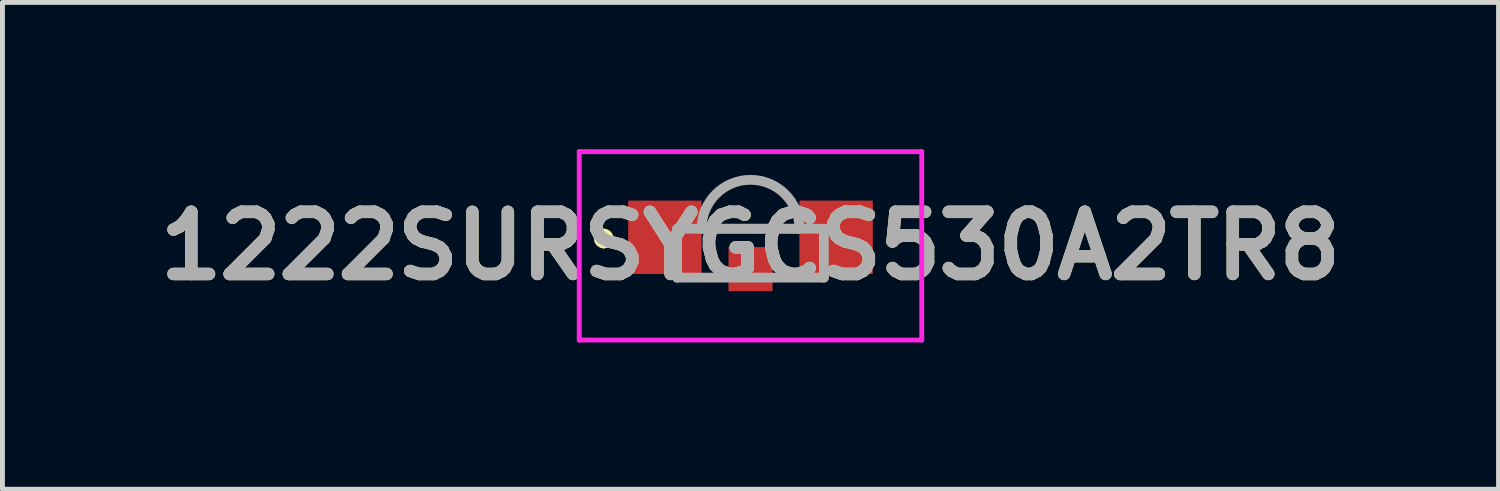
<source format=kicad_pcb>
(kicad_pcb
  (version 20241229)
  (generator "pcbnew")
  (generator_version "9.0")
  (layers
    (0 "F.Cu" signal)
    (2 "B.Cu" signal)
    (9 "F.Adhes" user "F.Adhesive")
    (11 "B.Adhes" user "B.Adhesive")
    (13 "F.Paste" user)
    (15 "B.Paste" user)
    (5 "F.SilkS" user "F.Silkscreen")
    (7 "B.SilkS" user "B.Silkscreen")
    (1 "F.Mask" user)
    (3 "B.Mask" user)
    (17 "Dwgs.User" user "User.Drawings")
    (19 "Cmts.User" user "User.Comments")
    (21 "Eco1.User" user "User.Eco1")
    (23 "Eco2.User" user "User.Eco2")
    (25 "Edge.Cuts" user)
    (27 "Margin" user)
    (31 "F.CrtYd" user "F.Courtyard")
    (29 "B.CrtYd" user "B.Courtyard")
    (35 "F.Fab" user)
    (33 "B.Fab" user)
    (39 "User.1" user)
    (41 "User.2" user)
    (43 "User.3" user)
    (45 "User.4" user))
  (footprint "1222SURSYGCS530A2TR8"
    (layer "F.Cu")
    (at 12.289 2.125)
    (property "Reference" "1222SURSYGCS530A2TR8" (at 0 -0.15 0) (layer "F.SilkS") (effects (font (size 1.27 1.27) (thickness 0.254))))
    (attr smd)
    (fp_line (start -3 -0.4) (end -3 -0.4) (stroke (width 0.2) (type solid)) (layer "F.SilkS"))
    (fp_line (start -3 -0.2) (end -3 -0.2) (stroke (width 0.2) (type solid)) (layer "F.SilkS"))
    (fp_line (start -0.8 -0.5) (end 0.8 -0.5) (stroke (width 0.1) (type solid)) (layer "F.SilkS"))
    (fp_arc (start -3 -0.4) (mid -2.9 -0.3) (end -3 -0.2) (stroke (width 0.2) (type solid)) (layer "F.SilkS"))
    (fp_arc (start -3 -0.2) (mid -3.1 -0.3) (end -3 -0.4) (stroke (width 0.2) (type solid)) (layer "F.SilkS"))
    (fp_line (start -3.5 -2.075) (end 3.5 -2.075) (stroke (width 0.1) (type solid)) (layer "F.CrtYd"))
    (fp_line (start -3.5 1.775) (end -3.5 -2.075) (stroke (width 0.1) (type solid)) (layer "F.CrtYd"))
    (fp_line (start 3.5 -2.075) (end 3.5 1.775) (stroke (width 0.1) (type solid)) (layer "F.CrtYd"))
    (fp_line (start 3.5 1.775) (end -3.5 1.775) (stroke (width 0.1) (type solid)) (layer "F.CrtYd"))
    (fp_line (start -1.5 -0.5) (end 1.5 -0.5) (stroke (width 0.2) (type solid)) (layer "F.Fab"))
    (fp_line (start -1.5 0.5) (end -1.5 -0.5) (stroke (width 0.2) (type solid)) (layer "F.Fab"))
    (fp_line (start -1 -0.5) (end 1 -0.5) (stroke (width 0.2) (type solid)) (layer "F.Fab"))
    (fp_line (start 1 -0.5) (end 1 -0.5) (stroke (width 0.2) (type solid)) (layer "F.Fab"))
    (fp_line (start 1.5 -0.5) (end 1.5 0.5) (stroke (width 0.2) (type solid)) (layer "F.Fab"))
    (fp_line (start 1.5 0.5) (end -1.5 0.5) (stroke (width 0.2) (type solid)) (layer "F.Fab"))
    (fp_arc (start -1 -0.5) (mid 0 -1.5) (end 1 -0.5) (stroke (width 0.2) (type solid)) (layer "F.Fab"))
    (fp_text user "${REFERENCE}" (at 0 -0.15 0) (layer "F.Fab") (effects (font (size 1.27 1.27) (thickness 0.254))))
    (pad "A1" smd rect (at 1.75 -0.325 90) (size 1.5 1.5) (layers "F.Cu" "F.Mask" "F.Paste"))
    (pad "C1" smd rect (at -1.75 -0.325 90) (size 1.5 1.5) (layers "F.Cu" "F.Mask" "F.Paste"))
    (pad "C2" smd rect (at 0 0.325 90) (size 0.9 0.9) (layers "F.Cu" "F.Mask" "F.Paste")))
  (gr_rect
    (start -3 -3)
    (end 27.578 6.95)
    (stroke (width 0.1) (type default))
    (fill no)
    (layer "Edge.Cuts")))
</source>
